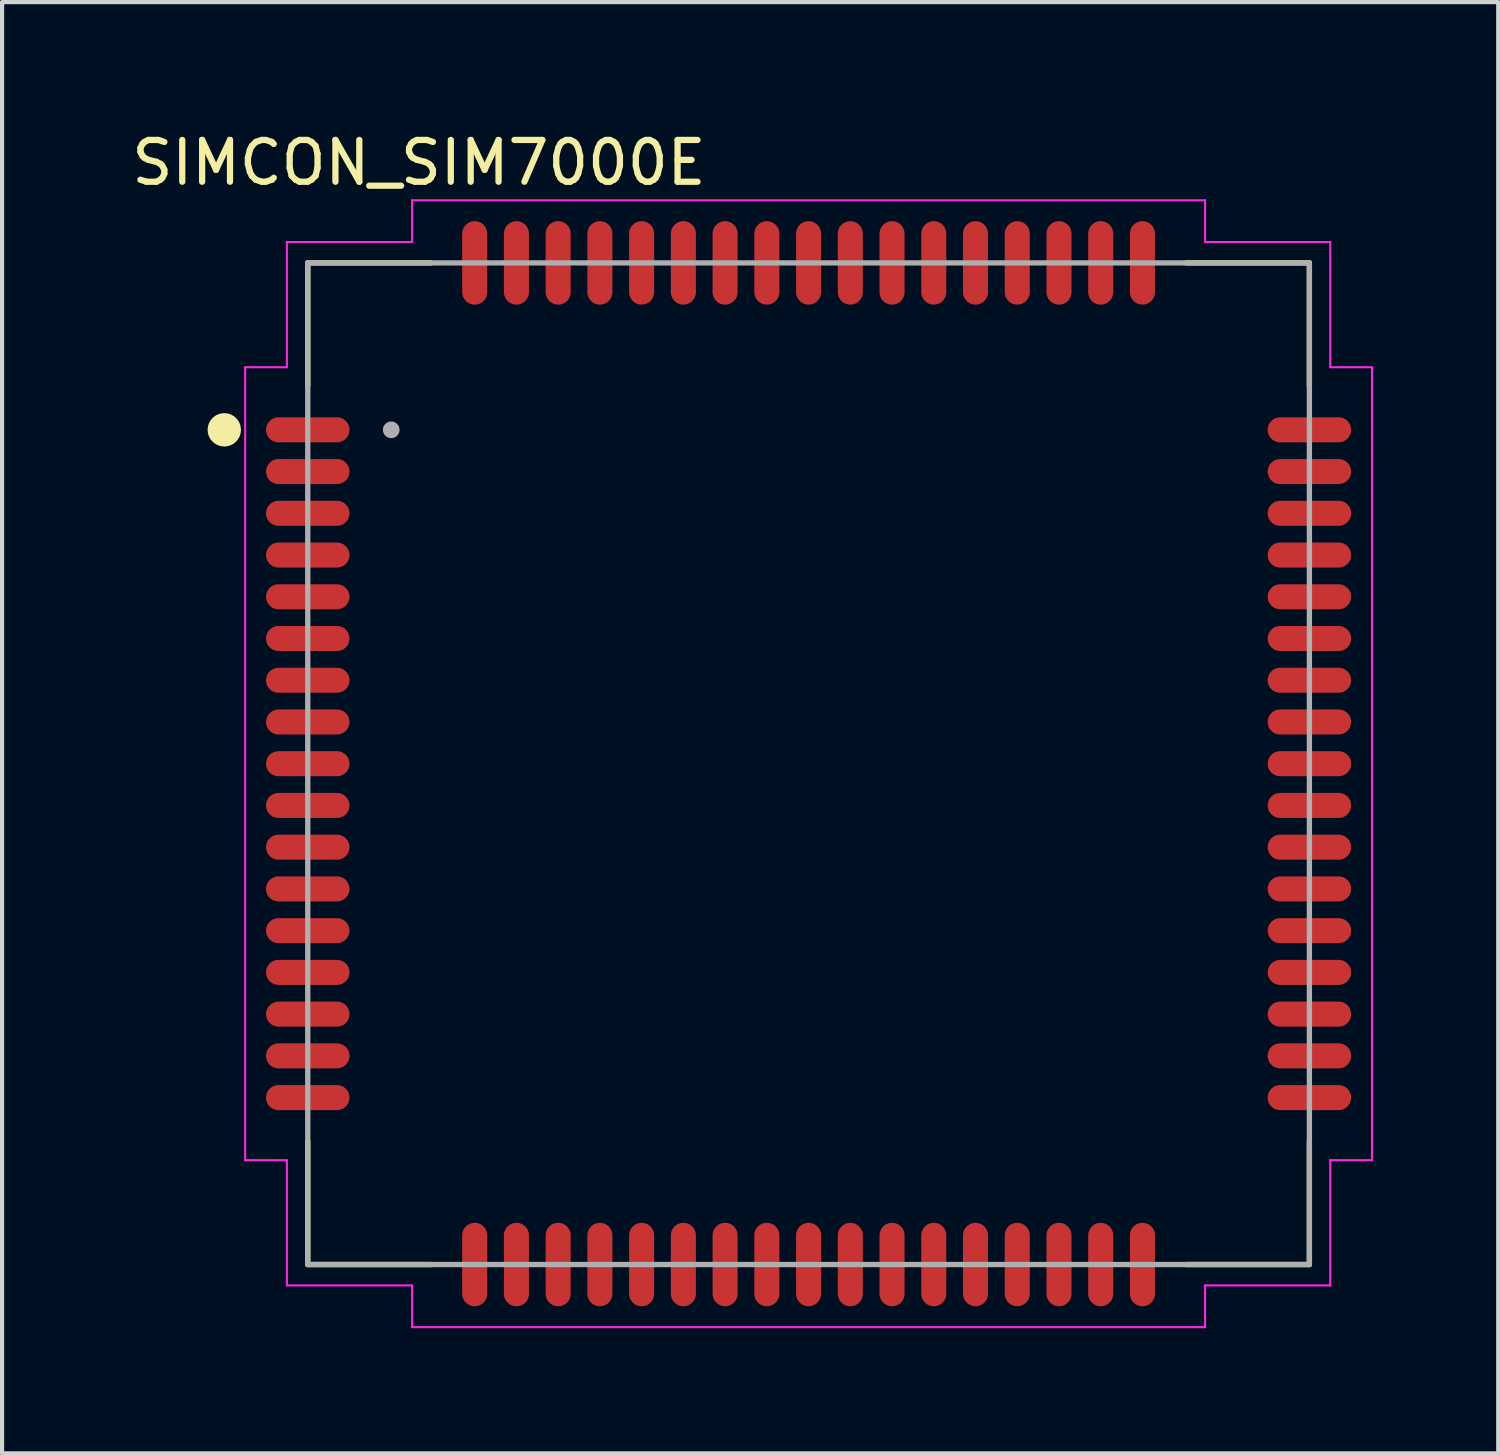
<source format=kicad_pcb>
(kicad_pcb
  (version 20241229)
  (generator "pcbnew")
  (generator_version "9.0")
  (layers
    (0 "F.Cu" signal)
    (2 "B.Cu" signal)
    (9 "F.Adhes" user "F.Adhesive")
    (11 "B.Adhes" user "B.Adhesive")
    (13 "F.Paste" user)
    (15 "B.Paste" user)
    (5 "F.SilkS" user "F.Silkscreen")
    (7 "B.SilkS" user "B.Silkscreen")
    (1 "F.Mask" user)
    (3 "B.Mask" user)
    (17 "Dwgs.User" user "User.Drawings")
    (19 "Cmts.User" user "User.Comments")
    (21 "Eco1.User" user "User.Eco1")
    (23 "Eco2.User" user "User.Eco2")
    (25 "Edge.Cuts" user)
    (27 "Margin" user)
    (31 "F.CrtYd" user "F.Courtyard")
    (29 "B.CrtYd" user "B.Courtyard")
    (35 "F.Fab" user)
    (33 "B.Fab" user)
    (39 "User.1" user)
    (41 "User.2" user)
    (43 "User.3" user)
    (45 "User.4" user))
  (footprint "SIMCON_SIM7000E"
    (layer "F.Cu")
    (at 16.324 15.249)
    (property "Reference" "SIMCON_SIM7000E" (at -9.335 -14.4 0) (layer "F.SilkS") (effects (font (size 1.001 1.001) (thickness 0.15))))
    (attr through_hole)
    (fp_line (start -12 -12) (end -9.05 -12) (stroke (width 0.127) (type solid)) (layer "F.SilkS"))
    (fp_line (start -12 -9.05) (end -12 -12) (stroke (width 0.127) (type solid)) (layer "F.SilkS"))
    (fp_line (start -12 9.05) (end -12 12) (stroke (width 0.127) (type solid)) (layer "F.SilkS"))
    (fp_line (start -12 12) (end -9.05 12) (stroke (width 0.127) (type solid)) (layer "F.SilkS"))
    (fp_line (start 9.05 -12) (end 12 -12) (stroke (width 0.127) (type solid)) (layer "F.SilkS"))
    (fp_line (start 12 -12) (end 12 -9.05) (stroke (width 0.127) (type solid)) (layer "F.SilkS"))
    (fp_line (start 12 9.05) (end 12 12) (stroke (width 0.127) (type solid)) (layer "F.SilkS"))
    (fp_line (start 12 12) (end 9.05 12) (stroke (width 0.127) (type solid)) (layer "F.SilkS"))
    (fp_circle (center -14 -8) (end -13.8 -8) (stroke (width 0.4) (type solid)) (fill no) (layer "F.SilkS"))
    (fp_line (start -13.5 -9.5) (end -12.5 -9.5) (stroke (width 0.05) (type solid)) (layer "F.CrtYd"))
    (fp_line (start -13.5 9.5) (end -13.5 -9.5) (stroke (width 0.05) (type solid)) (layer "F.CrtYd"))
    (fp_line (start -12.5 -12.5) (end -9.5 -12.5) (stroke (width 0.05) (type solid)) (layer "F.CrtYd"))
    (fp_line (start -12.5 -9.5) (end -12.5 -12.5) (stroke (width 0.05) (type solid)) (layer "F.CrtYd"))
    (fp_line (start -12.5 9.5) (end -13.5 9.5) (stroke (width 0.05) (type solid)) (layer "F.CrtYd"))
    (fp_line (start -12.5 12.5) (end -12.5 9.5) (stroke (width 0.05) (type solid)) (layer "F.CrtYd"))
    (fp_line (start -9.5 -13.5) (end 9.5 -13.5) (stroke (width 0.05) (type solid)) (layer "F.CrtYd"))
    (fp_line (start -9.5 -12.5) (end -9.5 -13.5) (stroke (width 0.05) (type solid)) (layer "F.CrtYd"))
    (fp_line (start -9.5 12.5) (end -12.5 12.5) (stroke (width 0.05) (type solid)) (layer "F.CrtYd"))
    (fp_line (start -9.5 13.5) (end -9.5 12.5) (stroke (width 0.05) (type solid)) (layer "F.CrtYd"))
    (fp_line (start 9.5 -13.5) (end 9.5 -12.5) (stroke (width 0.05) (type solid)) (layer "F.CrtYd"))
    (fp_line (start 9.5 -12.5) (end 12.5 -12.5) (stroke (width 0.05) (type solid)) (layer "F.CrtYd"))
    (fp_line (start 9.5 12.5) (end 9.5 13.5) (stroke (width 0.05) (type solid)) (layer "F.CrtYd"))
    (fp_line (start 9.5 13.5) (end -9.5 13.5) (stroke (width 0.05) (type solid)) (layer "F.CrtYd"))
    (fp_line (start 12.5 -12.5) (end 12.5 -9.5) (stroke (width 0.05) (type solid)) (layer "F.CrtYd"))
    (fp_line (start 12.5 -9.5) (end 13.5 -9.5) (stroke (width 0.05) (type solid)) (layer "F.CrtYd"))
    (fp_line (start 12.5 9.5) (end 12.5 12.5) (stroke (width 0.05) (type solid)) (layer "F.CrtYd"))
    (fp_line (start 12.5 12.5) (end 9.5 12.5) (stroke (width 0.05) (type solid)) (layer "F.CrtYd"))
    (fp_line (start 13.5 -9.5) (end 13.5 9.5) (stroke (width 0.05) (type solid)) (layer "F.CrtYd"))
    (fp_line (start 13.5 9.5) (end 12.5 9.5) (stroke (width 0.05) (type solid)) (layer "F.CrtYd"))
    (fp_line (start -12 -12) (end 12 -12) (stroke (width 0.127) (type solid)) (layer "F.Fab"))
    (fp_line (start -12 12) (end -12 -12) (stroke (width 0.127) (type solid)) (layer "F.Fab"))
    (fp_line (start 12 -12) (end 12 12) (stroke (width 0.127) (type solid)) (layer "F.Fab"))
    (fp_line (start 12 12) (end -12 12) (stroke (width 0.127) (type solid)) (layer "F.Fab"))
    (fp_circle (center -10 -8) (end -9.9 -8) (stroke (width 0.2) (type solid)) (fill no) (layer "F.Fab"))
    (pad "1" smd oval (at -12 -8) (size 2 0.6) (layers "F.Cu" "F.Mask" "F.Paste"))
    (pad "2" smd oval (at -12 -7) (size 2 0.6) (layers "F.Cu" "F.Mask" "F.Paste"))
    (pad "3" smd oval (at -12 -6) (size 2 0.6) (layers "F.Cu" "F.Mask" "F.Paste"))
    (pad "4" smd oval (at -12 -5) (size 2 0.6) (layers "F.Cu" "F.Mask" "F.Paste"))
    (pad "5" smd oval (at -12 -4) (size 2 0.6) (layers "F.Cu" "F.Mask" "F.Paste"))
    (pad "6" smd oval (at -12 -3) (size 2 0.6) (layers "F.Cu" "F.Mask" "F.Paste"))
    (pad "7" smd oval (at -12 -2) (size 2 0.6) (layers "F.Cu" "F.Mask" "F.Paste"))
    (pad "8" smd oval (at -12 -1) (size 2 0.6) (layers "F.Cu" "F.Mask" "F.Paste"))
    (pad "9" smd oval (at -12 0) (size 2 0.6) (layers "F.Cu" "F.Mask" "F.Paste"))
    (pad "10" smd oval (at -12 1) (size 2 0.6) (layers "F.Cu" "F.Mask" "F.Paste"))
    (pad "11" smd oval (at -12 2) (size 2 0.6) (layers "F.Cu" "F.Mask" "F.Paste"))
    (pad "12" smd oval (at -12 3) (size 2 0.6) (layers "F.Cu" "F.Mask" "F.Paste"))
    (pad "13" smd oval (at -12 4) (size 2 0.6) (layers "F.Cu" "F.Mask" "F.Paste"))
    (pad "14" smd oval (at -12 5) (size 2 0.6) (layers "F.Cu" "F.Mask" "F.Paste"))
    (pad "15" smd oval (at -12 6) (size 2 0.6) (layers "F.Cu" "F.Mask" "F.Paste"))
    (pad "16" smd oval (at -12 7) (size 2 0.6) (layers "F.Cu" "F.Mask" "F.Paste"))
    (pad "17" smd oval (at -12 8) (size 2 0.6) (layers "F.Cu" "F.Mask" "F.Paste"))
    (pad "18" smd oval (at -8 12 270) (size 2 0.6) (layers "F.Cu" "F.Mask" "F.Paste"))
    (pad "19" smd oval (at -7 12 270) (size 2 0.6) (layers "F.Cu" "F.Mask" "F.Paste"))
    (pad "20" smd oval (at -6 12 270) (size 2 0.6) (layers "F.Cu" "F.Mask" "F.Paste"))
    (pad "21" smd oval (at -5 12 270) (size 2 0.6) (layers "F.Cu" "F.Mask" "F.Paste"))
    (pad "22" smd oval (at -4 12 270) (size 2 0.6) (layers "F.Cu" "F.Mask" "F.Paste"))
    (pad "23" smd oval (at -3 12 270) (size 2 0.6) (layers "F.Cu" "F.Mask" "F.Paste"))
    (pad "24" smd oval (at -2 12 270) (size 2 0.6) (layers "F.Cu" "F.Mask" "F.Paste"))
    (pad "25" smd oval (at -1 12 270) (size 2 0.6) (layers "F.Cu" "F.Mask" "F.Paste"))
    (pad "26" smd oval (at 0 12 270) (size 2 0.6) (layers "F.Cu" "F.Mask" "F.Paste"))
    (pad "27" smd oval (at 1 12 270) (size 2 0.6) (layers "F.Cu" "F.Mask" "F.Paste"))
    (pad "28" smd oval (at 2 12 270) (size 2 0.6) (layers "F.Cu" "F.Mask" "F.Paste"))
    (pad "29" smd oval (at 3 12 270) (size 2 0.6) (layers "F.Cu" "F.Mask" "F.Paste"))
    (pad "30" smd oval (at 4 12 270) (size 2 0.6) (layers "F.Cu" "F.Mask" "F.Paste"))
    (pad "31" smd oval (at 5 12 270) (size 2 0.6) (layers "F.Cu" "F.Mask" "F.Paste"))
    (pad "32" smd oval (at 6 12 270) (size 2 0.6) (layers "F.Cu" "F.Mask" "F.Paste"))
    (pad "33" smd oval (at 7 12 270) (size 2 0.6) (layers "F.Cu" "F.Mask" "F.Paste"))
    (pad "34" smd oval (at 8 12 270) (size 2 0.6) (layers "F.Cu" "F.Mask" "F.Paste"))
    (pad "35" smd oval (at 12 8) (size 2 0.6) (layers "F.Cu" "F.Mask" "F.Paste"))
    (pad "36" smd oval (at 12 7) (size 2 0.6) (layers "F.Cu" "F.Mask" "F.Paste"))
    (pad "37" smd oval (at 12 6) (size 2 0.6) (layers "F.Cu" "F.Mask" "F.Paste"))
    (pad "38" smd oval (at 12 5) (size 2 0.6) (layers "F.Cu" "F.Mask" "F.Paste"))
    (pad "39" smd oval (at 12 4) (size 2 0.6) (layers "F.Cu" "F.Mask" "F.Paste"))
    (pad "40" smd oval (at 12 3) (size 2 0.6) (layers "F.Cu" "F.Mask" "F.Paste"))
    (pad "41" smd oval (at 12 2) (size 2 0.6) (layers "F.Cu" "F.Mask" "F.Paste"))
    (pad "42" smd oval (at 12 1) (size 2 0.6) (layers "F.Cu" "F.Mask" "F.Paste"))
    (pad "43" smd oval (at 12 0) (size 2 0.6) (layers "F.Cu" "F.Mask" "F.Paste"))
    (pad "44" smd oval (at 12 -1) (size 2 0.6) (layers "F.Cu" "F.Mask" "F.Paste"))
    (pad "45" smd oval (at 12 -2) (size 2 0.6) (layers "F.Cu" "F.Mask" "F.Paste"))
    (pad "46" smd oval (at 12 -3) (size 2 0.6) (layers "F.Cu" "F.Mask" "F.Paste"))
    (pad "47" smd oval (at 12 -4) (size 2 0.6) (layers "F.Cu" "F.Mask" "F.Paste"))
    (pad "48" smd oval (at 12 -5) (size 2 0.6) (layers "F.Cu" "F.Mask" "F.Paste"))
    (pad "49" smd oval (at 12 -6) (size 2 0.6) (layers "F.Cu" "F.Mask" "F.Paste"))
    (pad "50" smd oval (at 12 -7) (size 2 0.6) (layers "F.Cu" "F.Mask" "F.Paste"))
    (pad "51" smd oval (at 12 -8) (size 2 0.6) (layers "F.Cu" "F.Mask" "F.Paste"))
    (pad "52" smd oval (at 8 -12 90) (size 2 0.6) (layers "F.Cu" "F.Mask" "F.Paste"))
    (pad "53" smd oval (at 7 -12 90) (size 2 0.6) (layers "F.Cu" "F.Mask" "F.Paste"))
    (pad "54" smd oval (at 6 -12 90) (size 2 0.6) (layers "F.Cu" "F.Mask" "F.Paste"))
    (pad "55" smd oval (at 5 -12 90) (size 2 0.6) (layers "F.Cu" "F.Mask" "F.Paste"))
    (pad "56" smd oval (at 4 -12 90) (size 2 0.6) (layers "F.Cu" "F.Mask" "F.Paste"))
    (pad "57" smd oval (at 3 -12 90) (size 2 0.6) (layers "F.Cu" "F.Mask" "F.Paste"))
    (pad "58" smd oval (at 2 -12 90) (size 2 0.6) (layers "F.Cu" "F.Mask" "F.Paste"))
    (pad "59" smd oval (at 1 -12 90) (size 2 0.6) (layers "F.Cu" "F.Mask" "F.Paste"))
    (pad "60" smd oval (at 0 -12 90) (size 2 0.6) (layers "F.Cu" "F.Mask" "F.Paste"))
    (pad "61" smd oval (at -1 -12 90) (size 2 0.6) (layers "F.Cu" "F.Mask" "F.Paste"))
    (pad "62" smd oval (at -2 -12 90) (size 2 0.6) (layers "F.Cu" "F.Mask" "F.Paste"))
    (pad "63" smd oval (at -3 -12 90) (size 2 0.6) (layers "F.Cu" "F.Mask" "F.Paste"))
    (pad "64" smd oval (at -4 -12 90) (size 2 0.6) (layers "F.Cu" "F.Mask" "F.Paste"))
    (pad "65" smd oval (at -5 -12 90) (size 2 0.6) (layers "F.Cu" "F.Mask" "F.Paste"))
    (pad "66" smd oval (at -6 -12 90) (size 2 0.6) (layers "F.Cu" "F.Mask" "F.Paste"))
    (pad "67" smd oval (at -7 -12 90) (size 2 0.6) (layers "F.Cu" "F.Mask" "F.Paste"))
    (pad "68" smd oval (at -8 -12 90) (size 2 0.6) (layers "F.Cu" "F.Mask" "F.Paste"))
    (zone (net_name "") (layer "F.Cu") (hatch full 0.508) (connect_pads) (min_thickness 0.01) (filled_areas_thickness no) (keepout (tracks not_allowed) (vias not_allowed) (pads not_allowed) (copperpour not_allowed) (footprints allowed)) (placement (enabled no)) (fill) (polygon (pts (xy 5.414 6.049) (xy 7.824 6.049) (xy 7.824 8.442) (xy 5.414 8.442))))
    (zone (net_name "") (layer "F.Cu") (hatch full 0.508) (connect_pads) (min_thickness 0.01) (filled_areas_thickness no) (keepout (tracks not_allowed) (vias not_allowed) (pads not_allowed) (copperpour not_allowed) (footprints allowed)) (placement (enabled no)) (fill) (polygon (pts (xy 17.625 17.149) (xy 20.024 17.149) (xy 20.024 19.553) (xy 17.625 19.553)))))
  (gr_rect
    (start -3 -3)
    (end 32.849 31.774)
    (stroke (width 0.1) (type default))
    (fill no)
    (layer "Edge.Cuts")))
</source>
